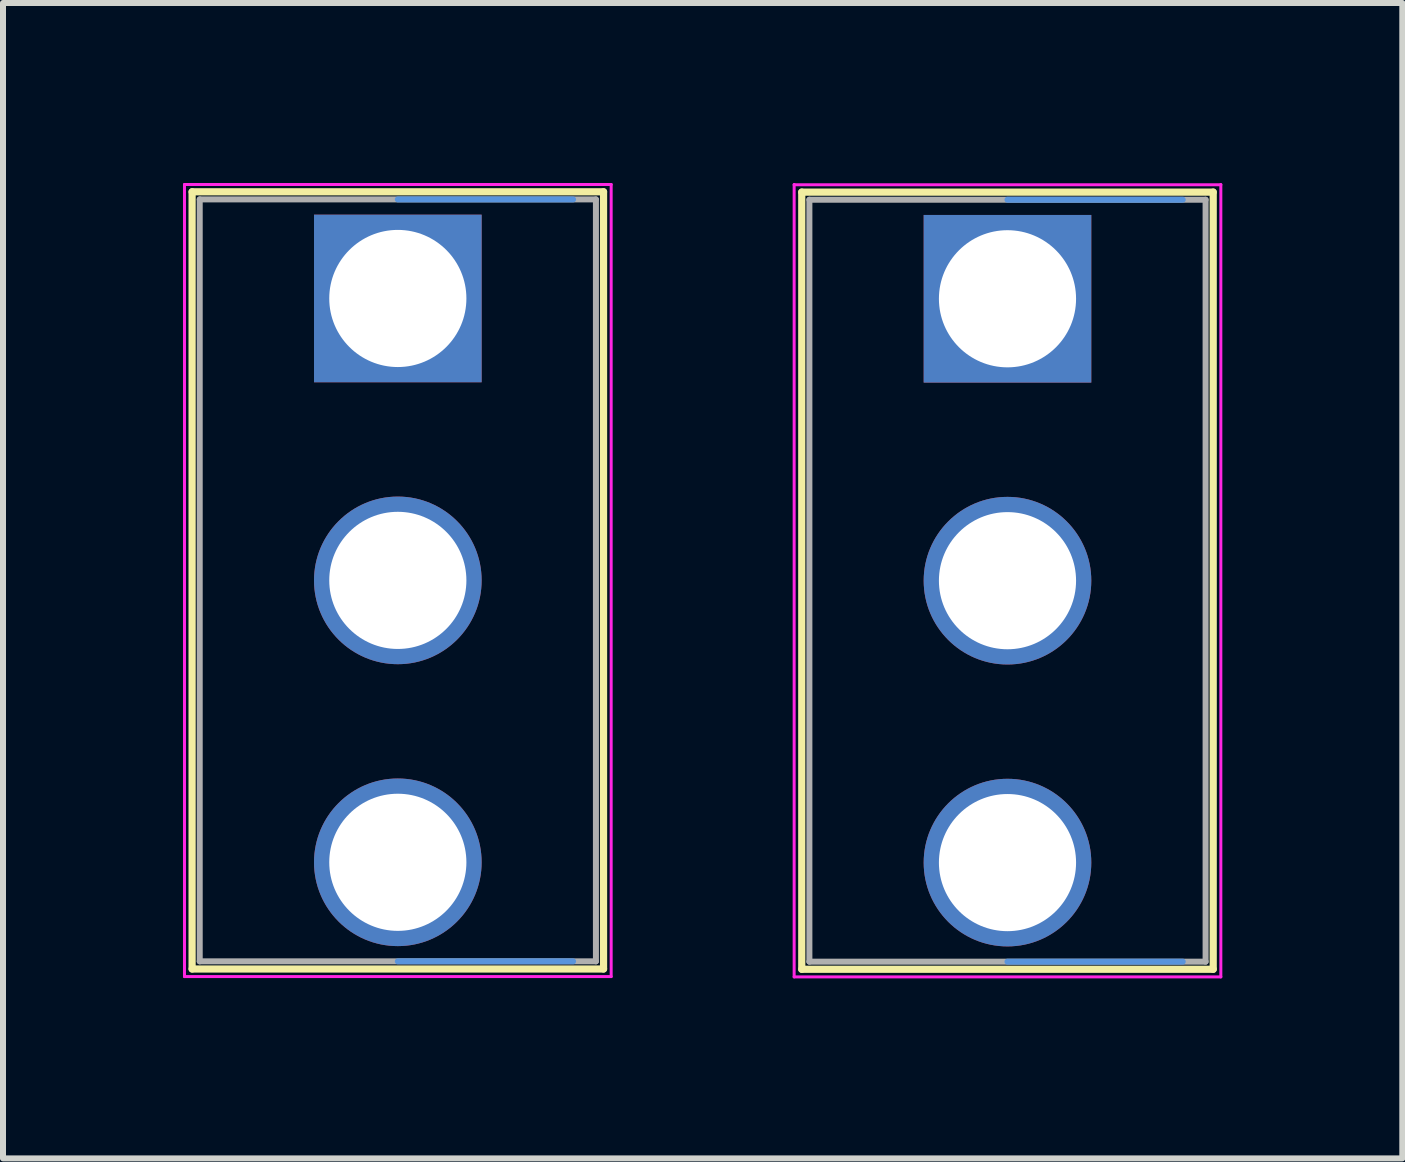
<source format=kicad_pcb>
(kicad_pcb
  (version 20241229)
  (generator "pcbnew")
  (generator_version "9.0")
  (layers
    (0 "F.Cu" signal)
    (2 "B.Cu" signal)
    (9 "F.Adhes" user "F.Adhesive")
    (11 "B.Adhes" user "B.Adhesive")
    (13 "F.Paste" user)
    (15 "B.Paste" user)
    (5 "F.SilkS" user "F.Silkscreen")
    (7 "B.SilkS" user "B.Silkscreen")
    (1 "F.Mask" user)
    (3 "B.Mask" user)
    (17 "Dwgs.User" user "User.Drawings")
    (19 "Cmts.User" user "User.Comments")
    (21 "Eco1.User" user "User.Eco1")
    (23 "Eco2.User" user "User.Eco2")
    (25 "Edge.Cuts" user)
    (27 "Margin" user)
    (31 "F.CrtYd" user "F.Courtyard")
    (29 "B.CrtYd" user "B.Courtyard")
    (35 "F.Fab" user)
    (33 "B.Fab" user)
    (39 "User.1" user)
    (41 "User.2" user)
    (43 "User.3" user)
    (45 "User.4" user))
  (footprint "Power_Switch_3pin"
    (layer "F.Cu")
    (at 13.743 1.93)
    (property "Reference" "Power_Switch_3pin" (at 0.25 12.199 180) (layer "User.6") (effects (font (size 1 1) (thickness 0.15))))
    (attr through_hole)
    (fp_line (start -3.429 -1.778) (end -3.429 11.176) (stroke (width 0.12) (type solid)) (layer "F.SilkS"))
    (fp_line (start -3.429 11.176) (end 3.429 11.176) (stroke (width 0.12) (type solid)) (layer "F.SilkS"))
    (fp_line (start 3.429 -1.778) (end -3.429 -1.778) (stroke (width 0.12) (type solid)) (layer "F.SilkS"))
    (fp_line (start 3.429 11.176) (end 3.429 -1.778) (stroke (width 0.12) (type solid)) (layer "F.SilkS"))
    (fp_line (start 0 -1.651) (end 2.921 -1.651) (stroke (width 0.1) (type solid)) (layer "Cmts.User"))
    (fp_line (start 0 11.049) (end 2.921 11.049) (stroke (width 0.1) (type solid)) (layer "Cmts.User"))
    (fp_line (start -3.556 11.303) (end -3.556 -1.905) (stroke (width 0.05) (type solid)) (layer "F.CrtYd"))
    (fp_line (start 3.556 -1.905) (end 3.556 11.303) (stroke (width 0.05) (type solid)) (layer "F.CrtYd"))
    (fp_line (start 3.556 -1.9) (end -3.556 -1.9) (stroke (width 0.05) (type solid)) (layer "F.CrtYd"))
    (fp_line (start 3.556 11.303) (end -3.556 11.303) (stroke (width 0.05) (type solid)) (layer "F.CrtYd"))
    (fp_line (start -3.302 -1.651) (end -3.302 11.049) (stroke (width 0.1) (type solid)) (layer "F.Fab"))
    (fp_line (start -3.302 11.049) (end 3.302 11.049) (stroke (width 0.1) (type solid)) (layer "F.Fab"))
    (fp_line (start 3.302 -1.651) (end -3.302 -1.651) (stroke (width 0.1) (type solid)) (layer "F.Fab"))
    (fp_line (start 3.302 11.049) (end 3.302 -1.651) (stroke (width 0.1) (type solid)) (layer "F.Fab"))
    (pad "1" thru_hole rect (at 0 0) (size 2.794 2.794) (drill 2.286) (layers "*.Cu" "*.Mask"))
    (pad "2" thru_hole circle (at 0 4.699) (size 2.794 2.794) (drill 2.286) (layers "*.Cu" "*.Mask"))
    (pad "3" thru_hole circle (at 0 9.398) (size 2.794 2.794) (drill 2.286) (layers "*.Cu" "*.Mask")))
  (footprint "omar_3pin_switch"
    (layer "F.Cu")
    (at 3.581 1.925)
    (property "Reference" "omar_3pin_switch" (at -5.7 0.399 180) (layer "User.6") (effects (font (size 1 1) (thickness 0.15))))
    (attr through_hole)
    (fp_line (start -3.429 -1.778) (end -3.429 11.176) (stroke (width 0.12) (type solid)) (layer "F.SilkS"))
    (fp_line (start -3.429 11.176) (end 3.429 11.176) (stroke (width 0.12) (type solid)) (layer "F.SilkS"))
    (fp_line (start 3.429 -1.778) (end -3.429 -1.778) (stroke (width 0.12) (type solid)) (layer "F.SilkS"))
    (fp_line (start 3.429 11.176) (end 3.429 -1.778) (stroke (width 0.12) (type solid)) (layer "F.SilkS"))
    (fp_line (start 0 -1.651) (end 2.921 -1.651) (stroke (width 0.1) (type solid)) (layer "Cmts.User"))
    (fp_line (start 0 11.049) (end 2.921 11.049) (stroke (width 0.1) (type solid)) (layer "Cmts.User"))
    (fp_line (start -3.556 11.303) (end -3.556 -1.9) (stroke (width 0.05) (type solid)) (layer "F.CrtYd"))
    (fp_line (start 3.556 -1.9) (end -3.556 -1.9) (stroke (width 0.05) (type solid)) (layer "F.CrtYd"))
    (fp_line (start 3.556 -1.9) (end 3.556 11.303) (stroke (width 0.05) (type solid)) (layer "F.CrtYd"))
    (fp_line (start 3.556 11.303) (end -3.556 11.303) (stroke (width 0.05) (type solid)) (layer "F.CrtYd"))
    (fp_line (start -3.302 -1.651) (end -3.302 11.049) (stroke (width 0.1) (type solid)) (layer "F.Fab"))
    (fp_line (start -3.302 11.049) (end 3.302 11.049) (stroke (width 0.1) (type solid)) (layer "F.Fab"))
    (fp_line (start 3.302 -1.651) (end -3.302 -1.651) (stroke (width 0.1) (type solid)) (layer "F.Fab"))
    (fp_line (start 3.302 11.049) (end 3.302 -1.651) (stroke (width 0.1) (type solid)) (layer "F.Fab"))
    (pad "1" thru_hole rect (at 0 0) (size 2.794 2.794) (drill 2.286) (layers "*.Cu" "*.Mask"))
    (pad "2" thru_hole circle (at 0 4.699) (size 2.794 2.794) (drill 2.286) (layers "*.Cu" "*.Mask"))
    (pad "3" thru_hole circle (at 0 9.398) (size 2.794 2.794) (drill 2.286) (layers "*.Cu" "*.Mask")))
  (gr_rect
    (start -3 -3)
    (end 20.324 16.258)
    (stroke (width 0.1) (type default))
    (fill no)
    (layer "Edge.Cuts")))
</source>
